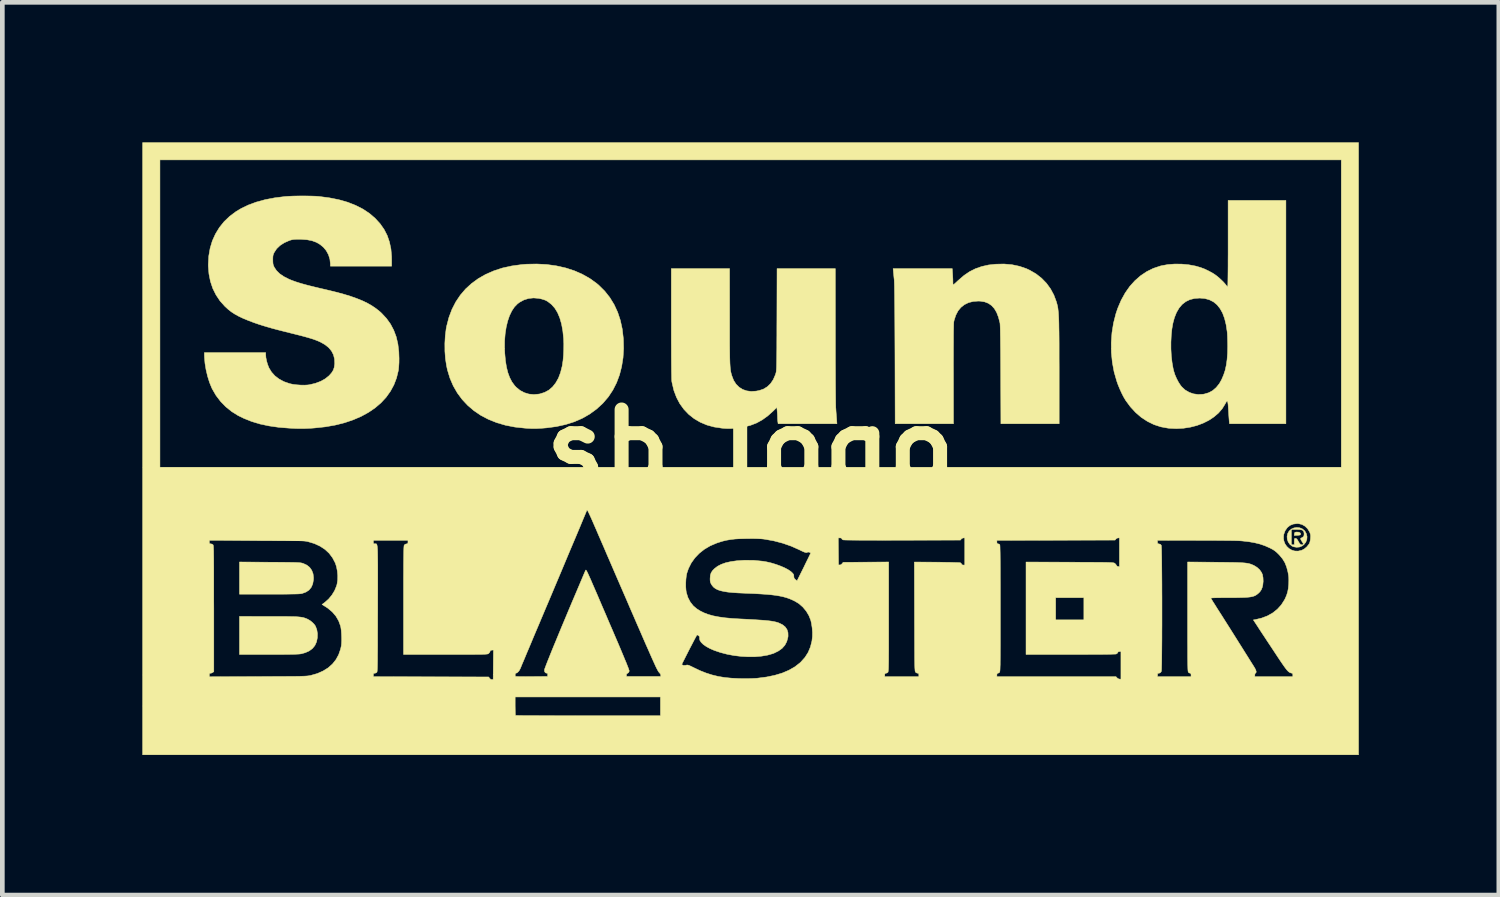
<source format=kicad_pcb>
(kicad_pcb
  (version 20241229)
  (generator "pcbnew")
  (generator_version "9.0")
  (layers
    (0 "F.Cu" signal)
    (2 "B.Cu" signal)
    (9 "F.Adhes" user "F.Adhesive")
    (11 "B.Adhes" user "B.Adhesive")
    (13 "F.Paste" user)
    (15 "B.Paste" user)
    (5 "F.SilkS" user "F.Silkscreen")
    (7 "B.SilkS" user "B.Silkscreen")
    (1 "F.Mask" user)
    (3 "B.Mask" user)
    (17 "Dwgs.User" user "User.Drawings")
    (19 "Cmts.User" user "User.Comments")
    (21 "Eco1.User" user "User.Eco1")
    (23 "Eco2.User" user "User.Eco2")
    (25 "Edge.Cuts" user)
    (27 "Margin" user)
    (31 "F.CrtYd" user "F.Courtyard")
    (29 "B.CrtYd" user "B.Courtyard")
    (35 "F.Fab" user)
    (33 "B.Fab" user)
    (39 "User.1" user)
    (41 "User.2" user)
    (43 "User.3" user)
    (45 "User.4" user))
  (footprint "sb_logo"
    (layer "F.Cu")
    (at 13.023 6.556)
    (property "Reference" "sb_logo" (at 0 0 0) (layer "F.SilkS") (effects (font (size 1.524 1.524) (thickness 0.3))))
    (attr through_hole)
    (fp_poly (pts (xy 11.738 1.792) (xy 11.77 1.802) (xy 11.786 1.82) (xy 11.788 1.834) (xy 11.784 1.847) (xy 11.773 1.854) (xy 11.751 1.858) (xy 11.718 1.861) (xy 11.651 1.864) (xy 11.654 1.829) (xy 11.659 1.805) (xy 11.671 1.795) (xy 11.695 1.791) (xy 11.738 1.792)) (stroke (width 0.01) (type solid)) (fill yes) (layer "F.SilkS"))
    (fp_poly (pts (xy -10.295 2.437) (xy -10.162 2.437) (xy -10.048 2.438) (xy -9.952 2.439) (xy -9.871 2.44) (xy -9.805 2.441) (xy -9.752 2.442) (xy -9.709 2.444) (xy -9.675 2.446) (xy -9.649 2.448) (xy -9.628 2.451) (xy -9.61 2.454) (xy -9.595 2.458) (xy -9.58 2.463) (xy -9.574 2.465) (xy -9.499 2.5) (xy -9.439 2.549) (xy -9.395 2.611) (xy -9.367 2.685) (xy -9.357 2.77) (xy -9.359 2.815) (xy -9.374 2.901) (xy -9.405 2.973) (xy -9.452 3.031) (xy -9.515 3.074) (xy -9.594 3.104) (xy -9.618 3.11) (xy -9.643 3.113) (xy -9.686 3.116) (xy -9.75 3.118) (xy -9.833 3.119) (xy -9.936 3.121) (xy -10.06 3.122) (xy -10.204 3.122) (xy -10.309 3.122) (xy -10.943 3.122) (xy -10.943 2.432) (xy -10.295 2.437)) (stroke (width 0.01) (type solid)) (fill yes) (layer "F.SilkS"))
    (fp_poly (pts (xy -10.316 3.599) (xy -10.176 3.599) (xy -10.056 3.599) (xy -9.953 3.599) (xy -9.866 3.601) (xy -9.792 3.602) (xy -9.732 3.604) (xy -9.681 3.608) (xy -9.64 3.612) (xy -9.605 3.617) (xy -9.575 3.623) (xy -9.549 3.631) (xy -9.524 3.64) (xy -9.499 3.65) (xy -9.484 3.657) (xy -9.433 3.686) (xy -9.383 3.726) (xy -9.341 3.769) (xy -9.316 3.805) (xy -9.287 3.88) (xy -9.273 3.965) (xy -9.275 4.054) (xy -9.292 4.141) (xy -9.293 4.144) (xy -9.327 4.219) (xy -9.378 4.283) (xy -9.447 4.335) (xy -9.532 4.374) (xy -9.617 4.398) (xy -9.637 4.401) (xy -9.663 4.404) (xy -9.696 4.406) (xy -9.74 4.408) (xy -9.794 4.41) (xy -9.861 4.411) (xy -9.942 4.412) (xy -10.04 4.413) (xy -10.155 4.413) (xy -10.289 4.413) (xy -10.316 4.413) (xy -10.943 4.413) (xy -10.943 3.598) (xy -10.316 3.599)) (stroke (width 0.01) (type solid)) (fill yes) (layer "F.SilkS"))
    (fp_poly (pts (xy 11.765 1.699) (xy 11.821 1.721) (xy 11.868 1.758) (xy 11.879 1.77) (xy 11.911 1.828) (xy 11.925 1.89) (xy 11.92 1.952) (xy 11.897 2.01) (xy 11.858 2.059) (xy 11.817 2.09) (xy 11.762 2.112) (xy 11.7 2.117) (xy 11.64 2.107) (xy 11.605 2.093) (xy 11.556 2.054) (xy 11.521 2.003) (xy 11.501 1.945) (xy 11.497 1.885) (xy 11.509 1.825) (xy 11.539 1.772) (xy 11.543 1.767) (xy 11.579 1.736) (xy 11.589 1.736) (xy 11.589 2.064) (xy 11.652 2.064) (xy 11.652 1.995) (xy 11.653 1.958) (xy 11.655 1.937) (xy 11.662 1.928) (xy 11.674 1.926) (xy 11.678 1.926) (xy 11.694 1.93) (xy 11.709 1.943) (xy 11.727 1.97) (xy 11.739 1.992) (xy 11.765 2.035) (xy 11.789 2.058) (xy 11.815 2.065) (xy 11.839 2.06) (xy 11.846 2.053) (xy 11.843 2.038) (xy 11.829 2.014) (xy 11.804 1.974) (xy 11.79 1.948) (xy 11.786 1.933) (xy 11.792 1.923) (xy 11.807 1.915) (xy 11.816 1.911) (xy 11.847 1.89) (xy 11.861 1.859) (xy 11.861 1.814) (xy 11.859 1.805) (xy 11.851 1.777) (xy 11.836 1.757) (xy 11.811 1.745) (xy 11.773 1.738) (xy 11.718 1.736) (xy 11.698 1.736) (xy 11.589 1.736) (xy 11.579 1.736) (xy 11.589 1.727) (xy 11.645 1.702) (xy 11.705 1.693) (xy 11.765 1.699)) (stroke (width 0.01) (type solid)) (fill yes) (layer "F.SilkS"))
    (fp_poly (pts (xy 5.604 -3.936) (xy 5.765 -3.902) (xy 5.916 -3.85) (xy 5.984 -3.818) (xy 6.119 -3.74) (xy 6.238 -3.647) (xy 6.342 -3.54) (xy 6.43 -3.419) (xy 6.502 -3.285) (xy 6.556 -3.14) (xy 6.571 -3.085) (xy 6.578 -3.057) (xy 6.584 -3.028) (xy 6.589 -2.996) (xy 6.593 -2.959) (xy 6.598 -2.918) (xy 6.601 -2.87) (xy 6.604 -2.814) (xy 6.607 -2.75) (xy 6.609 -2.675) (xy 6.61 -2.588) (xy 6.612 -2.488) (xy 6.613 -2.375) (xy 6.614 -2.246) (xy 6.614 -2.101) (xy 6.614 -1.937) (xy 6.615 -1.755) (xy 6.615 -1.628) (xy 6.615 -0.529) (xy 5.367 -0.529) (xy 5.363 -1.58) (xy 5.362 -1.775) (xy 5.361 -1.95) (xy 5.36 -2.105) (xy 5.358 -2.241) (xy 5.357 -2.358) (xy 5.355 -2.456) (xy 5.354 -2.537) (xy 5.352 -2.6) (xy 5.35 -2.647) (xy 5.348 -2.678) (xy 5.346 -2.691) (xy 5.315 -2.811) (xy 5.276 -2.912) (xy 5.227 -2.996) (xy 5.168 -3.061) (xy 5.099 -3.109) (xy 5.019 -3.14) (xy 4.926 -3.155) (xy 4.886 -3.157) (xy 4.774 -3.149) (xy 4.674 -3.124) (xy 4.586 -3.081) (xy 4.511 -3.022) (xy 4.449 -2.947) (xy 4.401 -2.855) (xy 4.366 -2.748) (xy 4.359 -2.716) (xy 4.357 -2.695) (xy 4.355 -2.653) (xy 4.354 -2.591) (xy 4.352 -2.509) (xy 4.351 -2.407) (xy 4.351 -2.285) (xy 4.35 -2.145) (xy 4.35 -1.986) (xy 4.349 -1.808) (xy 4.35 -1.613) (xy 4.35 -1.595) (xy 4.351 -0.529) (xy 3.102 -0.529) (xy 3.098 -2.008) (xy 3.097 -2.241) (xy 3.096 -2.457) (xy 3.095 -2.656) (xy 3.094 -2.837) (xy 3.093 -3.001) (xy 3.091 -3.147) (xy 3.09 -3.273) (xy 3.088 -3.381) (xy 3.087 -3.469) (xy 3.085 -3.537) (xy 3.083 -3.585) (xy 3.082 -3.609) (xy 3.076 -3.665) (xy 3.071 -3.72) (xy 3.066 -3.767) (xy 3.064 -3.791) (xy 3.058 -3.852) (xy 3.691 -3.852) (xy 4.325 -3.852) (xy 4.332 -3.74) (xy 4.335 -3.685) (xy 4.338 -3.63) (xy 4.339 -3.584) (xy 4.339 -3.565) (xy 4.34 -3.532) (xy 4.343 -3.509) (xy 4.346 -3.503) (xy 4.355 -3.51) (xy 4.377 -3.529) (xy 4.408 -3.557) (xy 4.446 -3.593) (xy 4.461 -3.606) (xy 4.577 -3.706) (xy 4.696 -3.787) (xy 4.821 -3.85) (xy 4.955 -3.897) (xy 5.1 -3.93) (xy 5.255 -3.947) (xy 5.434 -3.951) (xy 5.604 -3.936)) (stroke (width 0.01) (type solid)) (fill yes) (layer "F.SilkS"))
    (fp_poly (pts (xy 1.196 -3.852) (xy 1.82 -3.852) (xy 1.821 -2.426) (xy 1.821 -2.251) (xy 1.821 -2.081) (xy 1.821 -1.916) (xy 1.822 -1.757) (xy 1.823 -1.607) (xy 1.823 -1.467) (xy 1.824 -1.337) (xy 1.825 -1.22) (xy 1.826 -1.117) (xy 1.827 -1.029) (xy 1.828 -0.957) (xy 1.829 -0.904) (xy 1.83 -0.87) (xy 1.831 -0.863) (xy 1.835 -0.799) (xy 1.84 -0.732) (xy 1.845 -0.669) (xy 1.848 -0.627) (xy 1.855 -0.529) (xy 0.595 -0.529) (xy 0.589 -0.569) (xy 0.585 -0.604) (xy 0.582 -0.647) (xy 0.582 -0.663) (xy 0.581 -0.701) (xy 0.579 -0.75) (xy 0.575 -0.798) (xy 0.568 -0.88) (xy 0.488 -0.801) (xy 0.372 -0.697) (xy 0.254 -0.612) (xy 0.132 -0.545) (xy 0.002 -0.495) (xy -0.138 -0.459) (xy -0.293 -0.436) (xy -0.318 -0.434) (xy -0.383 -0.429) (xy -0.434 -0.426) (xy -0.48 -0.426) (xy -0.527 -0.428) (xy -0.583 -0.432) (xy -0.614 -0.435) (xy -0.779 -0.46) (xy -0.934 -0.503) (xy -1.076 -0.563) (xy -1.205 -0.639) (xy -1.321 -0.731) (xy -1.423 -0.838) (xy -1.511 -0.959) (xy -1.582 -1.094) (xy -1.638 -1.242) (xy -1.676 -1.402) (xy -1.683 -1.439) (xy -1.684 -1.461) (xy -1.686 -1.504) (xy -1.687 -1.566) (xy -1.689 -1.647) (xy -1.69 -1.747) (xy -1.691 -1.863) (xy -1.692 -1.997) (xy -1.692 -2.146) (xy -1.693 -2.31) (xy -1.693 -2.489) (xy -1.693 -2.68) (xy -1.693 -3.852) (xy -0.445 -3.852) (xy -0.444 -2.828) (xy -0.444 -2.65) (xy -0.444 -2.492) (xy -0.444 -2.353) (xy -0.444 -2.23) (xy -0.443 -2.123) (xy -0.442 -2.03) (xy -0.441 -1.95) (xy -0.439 -1.882) (xy -0.437 -1.824) (xy -0.434 -1.775) (xy -0.431 -1.733) (xy -0.427 -1.697) (xy -0.423 -1.666) (xy -0.418 -1.638) (xy -0.412 -1.612) (xy -0.405 -1.586) (xy -0.397 -1.56) (xy -0.396 -1.556) (xy -0.358 -1.458) (xy -0.306 -1.377) (xy -0.241 -1.312) (xy -0.165 -1.264) (xy -0.079 -1.234) (xy 0.017 -1.221) (xy 0.123 -1.228) (xy 0.191 -1.241) (xy 0.284 -1.273) (xy 0.365 -1.323) (xy 0.434 -1.39) (xy 0.491 -1.475) (xy 0.535 -1.576) (xy 0.547 -1.614) (xy 0.55 -1.625) (xy 0.553 -1.639) (xy 0.555 -1.656) (xy 0.557 -1.677) (xy 0.559 -1.705) (xy 0.561 -1.739) (xy 0.562 -1.782) (xy 0.563 -1.835) (xy 0.564 -1.898) (xy 0.565 -1.974) (xy 0.566 -2.063) (xy 0.567 -2.167) (xy 0.567 -2.287) (xy 0.568 -2.425) (xy 0.568 -2.581) (xy 0.569 -2.756) (xy 0.569 -2.765) (xy 0.572 -3.852) (xy 1.196 -3.852)) (stroke (width 0.01) (type solid)) (fill yes) (layer "F.SilkS"))
    (fp_poly (pts (xy -4.359 -3.94) (xy -4.153 -3.911) (xy -3.957 -3.867) (xy -3.772 -3.807) (xy -3.599 -3.731) (xy -3.439 -3.641) (xy -3.292 -3.535) (xy -3.245 -3.495) (xy -3.119 -3.37) (xy -3.01 -3.232) (xy -2.918 -3.082) (xy -2.843 -2.92) (xy -2.785 -2.745) (xy -2.744 -2.558) (xy -2.721 -2.358) (xy -2.72 -2.347) (xy -2.715 -2.141) (xy -2.727 -1.943) (xy -2.757 -1.754) (xy -2.803 -1.575) (xy -2.866 -1.407) (xy -2.946 -1.25) (xy -3.041 -1.106) (xy -3.153 -0.975) (xy -3.164 -0.963) (xy -3.298 -0.841) (xy -3.444 -0.735) (xy -3.602 -0.645) (xy -3.772 -0.571) (xy -3.956 -0.513) (xy -4.154 -0.469) (xy -4.366 -0.441) (xy -4.45 -0.434) (xy -4.519 -0.43) (xy -4.574 -0.427) (xy -4.62 -0.426) (xy -4.665 -0.426) (xy -4.714 -0.428) (xy -4.774 -0.431) (xy -4.831 -0.435) (xy -5.043 -0.458) (xy -5.244 -0.497) (xy -5.432 -0.552) (xy -5.608 -0.622) (xy -5.771 -0.707) (xy -5.919 -0.807) (xy -6.053 -0.921) (xy -6.172 -1.048) (xy -6.276 -1.188) (xy -6.364 -1.341) (xy -6.435 -1.506) (xy -6.489 -1.683) (xy -6.508 -1.773) (xy -6.531 -1.923) (xy -6.543 -2.084) (xy -6.543 -2.145) (xy -5.265 -2.145) (xy -5.26 -2.036) (xy -5.246 -1.88) (xy -5.224 -1.743) (xy -5.194 -1.623) (xy -5.155 -1.518) (xy -5.108 -1.427) (xy -5.051 -1.349) (xy -5.017 -1.312) (xy -4.934 -1.244) (xy -4.842 -1.195) (xy -4.743 -1.165) (xy -4.637 -1.155) (xy -4.527 -1.165) (xy -4.507 -1.169) (xy -4.406 -1.201) (xy -4.316 -1.25) (xy -4.237 -1.318) (xy -4.169 -1.404) (xy -4.111 -1.506) (xy -4.066 -1.626) (xy -4.031 -1.763) (xy -4.027 -1.786) (xy -4.012 -1.888) (xy -4.002 -2.002) (xy -3.997 -2.123) (xy -3.996 -2.242) (xy -4 -2.349) (xy -4.017 -2.516) (xy -4.044 -2.665) (xy -4.082 -2.796) (xy -4.13 -2.91) (xy -4.189 -3.006) (xy -4.258 -3.084) (xy -4.339 -3.147) (xy -4.381 -3.171) (xy -4.42 -3.186) (xy -4.47 -3.201) (xy -4.524 -3.213) (xy -4.533 -3.215) (xy -4.644 -3.224) (xy -4.75 -3.213) (xy -4.85 -3.182) (xy -4.942 -3.132) (xy -4.988 -3.098) (xy -5.053 -3.031) (xy -5.11 -2.946) (xy -5.159 -2.844) (xy -5.199 -2.727) (xy -5.23 -2.598) (xy -5.252 -2.456) (xy -5.264 -2.305) (xy -5.265 -2.145) (xy -6.543 -2.145) (xy -6.544 -2.249) (xy -6.535 -2.411) (xy -6.516 -2.564) (xy -6.504 -2.625) (xy -6.456 -2.809) (xy -6.391 -2.981) (xy -6.31 -3.139) (xy -6.212 -3.285) (xy -6.099 -3.417) (xy -5.97 -3.535) (xy -5.827 -3.639) (xy -5.669 -3.729) (xy -5.497 -3.804) (xy -5.312 -3.865) (xy -5.113 -3.909) (xy -4.902 -3.938) (xy -4.794 -3.947) (xy -4.573 -3.951) (xy -4.359 -3.94)) (stroke (width 0.01) (type solid)) (fill yes) (layer "F.SilkS"))
    (fp_poly (pts (xy 11.472 -0.529) (xy 10.266 -0.529) (xy 10.261 -0.553) (xy 10.259 -0.57) (xy 10.256 -0.606) (xy 10.252 -0.655) (xy 10.248 -0.714) (xy 10.244 -0.78) (xy 10.243 -0.796) (xy 10.238 -0.877) (xy 10.234 -0.938) (xy 10.228 -0.98) (xy 10.222 -1.005) (xy 10.214 -1.014) (xy 10.204 -1.009) (xy 10.191 -0.99) (xy 10.174 -0.96) (xy 10.171 -0.954) (xy 10.108 -0.852) (xy 10.028 -0.759) (xy 9.931 -0.676) (xy 9.821 -0.603) (xy 9.699 -0.542) (xy 9.566 -0.492) (xy 9.426 -0.456) (xy 9.279 -0.433) (xy 9.128 -0.425) (xy 8.974 -0.432) (xy 8.946 -0.435) (xy 8.793 -0.463) (xy 8.646 -0.511) (xy 8.507 -0.579) (xy 8.375 -0.665) (xy 8.253 -0.77) (xy 8.14 -0.893) (xy 8.037 -1.033) (xy 8.031 -1.044) (xy 7.993 -1.108) (xy 7.953 -1.187) (xy 7.913 -1.275) (xy 7.876 -1.365) (xy 7.849 -1.441) (xy 7.792 -1.639) (xy 7.754 -1.844) (xy 7.733 -2.055) (xy 7.731 -2.267) (xy 7.732 -2.279) (xy 9.009 -2.279) (xy 9.009 -2.132) (xy 9.017 -1.986) (xy 9.033 -1.845) (xy 9.056 -1.714) (xy 9.07 -1.656) (xy 9.095 -1.578) (xy 9.13 -1.497) (xy 9.171 -1.419) (xy 9.215 -1.352) (xy 9.24 -1.32) (xy 9.313 -1.253) (xy 9.397 -1.203) (xy 9.491 -1.17) (xy 9.591 -1.156) (xy 9.696 -1.161) (xy 9.721 -1.165) (xy 9.817 -1.193) (xy 9.903 -1.239) (xy 9.979 -1.305) (xy 10.046 -1.388) (xy 10.095 -1.475) (xy 10.137 -1.573) (xy 10.171 -1.675) (xy 10.195 -1.786) (xy 10.212 -1.907) (xy 10.222 -2.043) (xy 10.225 -2.191) (xy 10.224 -2.263) (xy 10.222 -2.336) (xy 10.22 -2.405) (xy 10.217 -2.462) (xy 10.214 -2.498) (xy 10.191 -2.651) (xy 10.158 -2.785) (xy 10.115 -2.901) (xy 10.06 -2.999) (xy 9.995 -3.079) (xy 9.919 -3.141) (xy 9.832 -3.185) (xy 9.734 -3.212) (xy 9.626 -3.221) (xy 9.514 -3.213) (xy 9.415 -3.188) (xy 9.327 -3.146) (xy 9.25 -3.086) (xy 9.184 -3.008) (xy 9.128 -2.912) (xy 9.082 -2.797) (xy 9.082 -2.795) (xy 9.052 -2.685) (xy 9.03 -2.56) (xy 9.016 -2.423) (xy 9.009 -2.279) (xy 7.732 -2.279) (xy 7.746 -2.478) (xy 7.779 -2.685) (xy 7.83 -2.885) (xy 7.87 -3.004) (xy 7.943 -3.175) (xy 8.029 -3.331) (xy 8.127 -3.471) (xy 8.237 -3.593) (xy 8.358 -3.699) (xy 8.489 -3.787) (xy 8.63 -3.857) (xy 8.782 -3.908) (xy 8.807 -3.914) (xy 8.942 -3.939) (xy 9.087 -3.95) (xy 9.238 -3.949) (xy 9.388 -3.935) (xy 9.532 -3.908) (xy 9.641 -3.877) (xy 9.727 -3.845) (xy 9.817 -3.802) (xy 9.902 -3.756) (xy 9.943 -3.73) (xy 9.987 -3.698) (xy 10.037 -3.657) (xy 10.087 -3.611) (xy 10.133 -3.566) (xy 10.17 -3.525) (xy 10.186 -3.504) (xy 10.205 -3.48) (xy 10.22 -3.468) (xy 10.225 -3.467) (xy 10.226 -3.478) (xy 10.228 -3.509) (xy 10.229 -3.558) (xy 10.23 -3.624) (xy 10.231 -3.706) (xy 10.232 -3.801) (xy 10.233 -3.909) (xy 10.233 -4.028) (xy 10.234 -4.156) (xy 10.234 -4.293) (xy 10.234 -4.393) (xy 10.234 -5.313) (xy 11.472 -5.313) (xy 11.472 -0.529)) (stroke (width 0.01) (type solid)) (fill yes) (layer "F.SilkS"))
    (fp_poly (pts (xy -9.49 -5.408) (xy -9.394 -5.406) (xy -9.31 -5.403) (xy -9.242 -5.398) (xy -9.02 -5.369) (xy -8.814 -5.328) (xy -8.625 -5.274) (xy -8.453 -5.206) (xy -8.296 -5.126) (xy -8.157 -5.033) (xy -8.035 -4.928) (xy -7.931 -4.814) (xy -7.846 -4.693) (xy -7.779 -4.563) (xy -7.731 -4.424) (xy -7.699 -4.274) (xy -7.685 -4.113) (xy -7.684 -4.047) (xy -7.684 -3.905) (xy -8.996 -3.905) (xy -8.996 -3.956) (xy -9.007 -4.055) (xy -9.037 -4.15) (xy -9.085 -4.238) (xy -9.143 -4.308) (xy -9.216 -4.369) (xy -9.297 -4.416) (xy -9.39 -4.45) (xy -9.497 -4.471) (xy -9.619 -4.48) (xy -9.647 -4.481) (xy -9.708 -4.481) (xy -9.753 -4.479) (xy -9.789 -4.476) (xy -9.819 -4.471) (xy -9.851 -4.462) (xy -9.88 -4.452) (xy -9.985 -4.406) (xy -10.074 -4.348) (xy -10.146 -4.279) (xy -10.199 -4.199) (xy -10.213 -4.17) (xy -10.222 -4.143) (xy -10.227 -4.113) (xy -10.229 -4.071) (xy -10.229 -4.043) (xy -10.228 -3.993) (xy -10.225 -3.957) (xy -10.219 -3.929) (xy -10.207 -3.9) (xy -10.198 -3.881) (xy -10.15 -3.809) (xy -10.082 -3.742) (xy -9.994 -3.682) (xy -9.886 -3.627) (xy -9.836 -3.606) (xy -9.782 -3.586) (xy -9.726 -3.566) (xy -9.666 -3.547) (xy -9.599 -3.527) (xy -9.523 -3.506) (xy -9.435 -3.483) (xy -9.334 -3.458) (xy -9.216 -3.43) (xy -9.081 -3.399) (xy -9.074 -3.397) (xy -8.885 -3.351) (xy -8.716 -3.306) (xy -8.565 -3.26) (xy -8.43 -3.212) (xy -8.309 -3.163) (xy -8.201 -3.111) (xy -8.104 -3.055) (xy -8.016 -2.995) (xy -7.936 -2.931) (xy -7.897 -2.895) (xy -7.794 -2.784) (xy -7.708 -2.664) (xy -7.639 -2.533) (xy -7.586 -2.392) (xy -7.55 -2.238) (xy -7.53 -2.071) (xy -7.525 -1.927) (xy -7.526 -1.838) (xy -7.531 -1.758) (xy -7.537 -1.69) (xy -7.541 -1.666) (xy -7.579 -1.51) (xy -7.635 -1.363) (xy -7.71 -1.225) (xy -7.802 -1.096) (xy -7.911 -0.978) (xy -8.037 -0.87) (xy -8.179 -0.773) (xy -8.336 -0.687) (xy -8.508 -0.613) (xy -8.694 -0.55) (xy -8.894 -0.5) (xy -9.106 -0.463) (xy -9.331 -0.439) (xy -9.393 -0.434) (xy -9.475 -0.43) (xy -9.545 -0.427) (xy -9.609 -0.426) (xy -9.673 -0.426) (xy -9.742 -0.428) (xy -9.824 -0.432) (xy -9.88 -0.435) (xy -10.104 -0.453) (xy -10.312 -0.483) (xy -10.505 -0.524) (xy -10.684 -0.578) (xy -10.851 -0.645) (xy -10.975 -0.706) (xy -11.111 -0.791) (xy -11.236 -0.892) (xy -11.348 -1.007) (xy -11.445 -1.134) (xy -11.524 -1.27) (xy -11.537 -1.296) (xy -11.585 -1.414) (xy -11.626 -1.545) (xy -11.659 -1.684) (xy -11.682 -1.823) (xy -11.693 -1.955) (xy -11.695 -2.007) (xy -11.695 -2.053) (xy -10.382 -2.053) (xy -10.382 -2.012) (xy -10.377 -1.947) (xy -10.362 -1.872) (xy -10.34 -1.797) (xy -10.313 -1.729) (xy -10.312 -1.727) (xy -10.257 -1.636) (xy -10.184 -1.555) (xy -10.095 -1.487) (xy -9.991 -1.431) (xy -9.873 -1.39) (xy -9.858 -1.386) (xy -9.792 -1.372) (xy -9.714 -1.363) (xy -9.631 -1.357) (xy -9.55 -1.356) (xy -9.479 -1.36) (xy -9.444 -1.365) (xy -9.317 -1.395) (xy -9.203 -1.438) (xy -9.105 -1.493) (xy -9.023 -1.559) (xy -9.022 -1.561) (xy -8.97 -1.619) (xy -8.935 -1.675) (xy -8.914 -1.735) (xy -8.904 -1.806) (xy -8.903 -1.817) (xy -8.907 -1.916) (xy -8.93 -2.007) (xy -8.972 -2.088) (xy -9.033 -2.161) (xy -9.114 -2.225) (xy -9.202 -2.275) (xy -9.247 -2.296) (xy -9.294 -2.315) (xy -9.346 -2.335) (xy -9.405 -2.354) (xy -9.473 -2.374) (xy -9.554 -2.397) (xy -9.649 -2.422) (xy -9.761 -2.45) (xy -9.829 -2.467) (xy -9.985 -2.506) (xy -10.122 -2.541) (xy -10.243 -2.573) (xy -10.351 -2.604) (xy -10.447 -2.633) (xy -10.535 -2.661) (xy -10.616 -2.689) (xy -10.628 -2.693) (xy -10.755 -2.741) (xy -10.864 -2.786) (xy -10.959 -2.831) (xy -11.041 -2.876) (xy -11.115 -2.924) (xy -11.182 -2.976) (xy -11.245 -3.034) (xy -11.255 -3.043) (xy -11.36 -3.16) (xy -11.446 -3.289) (xy -11.515 -3.428) (xy -11.565 -3.577) (xy -11.597 -3.737) (xy -11.611 -3.906) (xy -11.611 -3.946) (xy -11.601 -4.122) (xy -11.572 -4.289) (xy -11.525 -4.446) (xy -11.458 -4.594) (xy -11.374 -4.732) (xy -11.273 -4.858) (xy -11.154 -4.972) (xy -11.018 -5.074) (xy -10.906 -5.141) (xy -10.752 -5.215) (xy -10.581 -5.278) (xy -10.394 -5.329) (xy -10.192 -5.368) (xy -9.978 -5.395) (xy -9.954 -5.397) (xy -9.88 -5.402) (xy -9.791 -5.406) (xy -9.694 -5.408) (xy -9.591 -5.409) (xy -9.49 -5.408)) (stroke (width 0.01) (type solid)) (fill yes) (layer "F.SilkS"))
    (fp_poly (pts (xy 13.028 6.562) (xy -13.018 6.562) (xy -13.018 5.323) (xy -5.038 5.323) (xy -5.038 5.517) (xy -5.037 5.579) (xy -5.036 5.634) (xy -5.035 5.678) (xy -5.033 5.707) (xy -5.031 5.719) (xy -5.019 5.719) (xy -4.988 5.72) (xy -4.938 5.721) (xy -4.871 5.722) (xy -4.786 5.722) (xy -4.687 5.723) (xy -4.574 5.723) (xy -4.447 5.724) (xy -4.309 5.724) (xy -4.16 5.725) (xy -4.002 5.725) (xy -3.836 5.725) (xy -3.663 5.726) (xy -3.484 5.726) (xy -1.926 5.726) (xy -1.926 5.323) (xy -5.038 5.323) (xy -13.018 5.323) (xy -13.018 2.005) (xy -11.589 2.005) (xy -11.587 2.03) (xy -11.578 2.041) (xy -11.56 2.043) (xy -11.531 2.049) (xy -11.513 2.06) (xy -11.51 2.063) (xy -11.508 2.068) (xy -11.505 2.076) (xy -11.503 2.088) (xy -11.501 2.105) (xy -11.5 2.128) (xy -11.499 2.158) (xy -11.497 2.196) (xy -11.497 2.244) (xy -11.496 2.303) (xy -11.495 2.373) (xy -11.495 2.456) (xy -11.494 2.552) (xy -11.494 2.664) (xy -11.494 2.791) (xy -11.494 2.936) (xy -11.494 3.098) (xy -11.494 3.28) (xy -11.493 3.43) (xy -11.493 4.782) (xy -11.517 4.799) (xy -11.544 4.812) (xy -11.565 4.815) (xy -11.581 4.819) (xy -11.588 4.832) (xy -11.589 4.853) (xy -11.589 4.891) (xy -10.549 4.887) (xy -10.377 4.886) (xy -10.225 4.885) (xy -10.092 4.885) (xy -9.975 4.884) (xy -9.875 4.883) (xy -9.789 4.883) (xy -9.716 4.882) (xy -9.654 4.881) (xy -9.603 4.879) (xy -9.561 4.878) (xy -9.527 4.876) (xy -9.499 4.874) (xy -9.476 4.872) (xy -9.456 4.869) (xy -9.439 4.866) (xy -9.423 4.863) (xy -9.414 4.861) (xy -9.274 4.821) (xy -9.151 4.766) (xy -9.043 4.699) (xy -8.952 4.618) (xy -8.877 4.524) (xy -8.819 4.418) (xy -8.778 4.299) (xy -8.762 4.228) (xy -8.757 4.178) (xy -8.754 4.114) (xy -8.755 4.042) (xy -8.758 3.968) (xy -8.763 3.899) (xy -8.771 3.84) (xy -8.778 3.805) (xy -8.819 3.693) (xy -8.878 3.592) (xy -8.955 3.502) (xy -9.05 3.422) (xy -9.094 3.393) (xy -9.175 3.342) (xy -9.114 3.297) (xy -9.034 3.226) (xy -8.963 3.14) (xy -8.905 3.045) (xy -8.864 2.945) (xy -8.853 2.905) (xy -8.84 2.82) (xy -8.838 2.725) (xy -8.847 2.627) (xy -8.865 2.533) (xy -8.891 2.454) (xy -8.949 2.343) (xy -9.022 2.246) (xy -9.111 2.163) (xy -9.216 2.094) (xy -9.337 2.038) (xy -9.47 1.998) (xy -9.486 1.994) (xy -9.502 1.991) (xy -9.519 1.988) (xy -9.538 1.985) (xy -9.562 1.983) (xy -9.591 1.981) (xy -9.627 1.979) (xy -9.671 1.978) (xy -9.724 1.977) (xy -9.788 1.976) (xy -9.865 1.975) (xy -9.955 1.974) (xy -10.06 1.974) (xy -10.181 1.973) (xy -10.32 1.972) (xy -10.478 1.972) (xy -10.575 1.971) (xy -11.346 1.968) (xy -8.075 1.968) (xy -8.075 2.006) (xy -8.073 2.03) (xy -8.064 2.041) (xy -8.044 2.043) (xy -8.034 2.042) (xy -8.026 2.042) (xy -8.019 2.042) (xy -8.012 2.044) (xy -8.006 2.05) (xy -8.001 2.059) (xy -7.997 2.074) (xy -7.993 2.094) (xy -7.99 2.123) (xy -7.987 2.159) (xy -7.985 2.205) (xy -7.984 2.261) (xy -7.983 2.329) (xy -7.982 2.409) (xy -7.981 2.503) (xy -7.981 2.611) (xy -7.981 2.736) (xy -7.981 2.877) (xy -7.981 3.036) (xy -7.982 3.214) (xy -7.982 3.412) (xy -7.982 3.439) (xy -7.983 3.635) (xy -7.983 3.812) (xy -7.984 3.969) (xy -7.984 4.108) (xy -7.984 4.231) (xy -7.985 4.338) (xy -7.986 4.431) (xy -7.986 4.51) (xy -7.987 4.576) (xy -7.988 4.631) (xy -7.989 4.676) (xy -7.99 4.712) (xy -7.992 4.74) (xy -7.993 4.761) (xy -7.995 4.776) (xy -7.997 4.787) (xy -8 4.793) (xy -8.002 4.797) (xy -8.005 4.8) (xy -8.006 4.8) (xy -8.033 4.813) (xy -8.051 4.815) (xy -8.067 4.819) (xy -8.074 4.832) (xy -8.075 4.852) (xy -8.075 4.889) (xy -6.841 4.892) (xy -5.606 4.895) (xy -5.584 4.924) (xy -5.561 4.947) (xy -5.535 4.951) (xy -5.509 4.948) (xy -5.508 4.845) (xy -5.038 4.845) (xy -5.037 4.868) (xy -5.03 4.883) (xy -5.019 4.884) (xy -4.988 4.886) (xy -4.941 4.887) (xy -4.881 4.887) (xy -4.81 4.888) (xy -4.731 4.887) (xy -4.684 4.887) (xy -4.344 4.884) (xy -4.341 4.85) (xy -4.341 4.826) (xy -4.349 4.816) (xy -4.359 4.815) (xy -4.389 4.806) (xy -4.407 4.782) (xy -4.411 4.746) (xy -4.41 4.742) (xy -4.405 4.722) (xy -4.391 4.684) (xy -4.37 4.628) (xy -4.342 4.556) (xy -4.306 4.467) (xy -4.265 4.364) (xy -4.217 4.246) (xy -4.163 4.116) (xy -4.104 3.973) (xy -4.04 3.818) (xy -3.971 3.654) (xy -3.898 3.479) (xy -3.821 3.296) (xy -3.74 3.106) (xy -3.656 2.908) (xy -3.57 2.704) (xy -3.53 2.611) (xy -3.527 2.606) (xy -3.523 2.604) (xy -3.518 2.608) (xy -3.511 2.617) (xy -3.501 2.635) (xy -3.487 2.662) (xy -3.47 2.699) (xy -3.448 2.748) (xy -3.42 2.81) (xy -3.387 2.887) (xy -3.347 2.979) (xy -3.299 3.089) (xy -3.268 3.161) (xy -3.178 3.372) (xy -3.095 3.564) (xy -3.021 3.738) (xy -2.953 3.895) (xy -2.893 4.036) (xy -2.839 4.161) (xy -2.792 4.272) (xy -2.751 4.37) (xy -2.716 4.454) (xy -2.686 4.527) (xy -2.66 4.588) (xy -2.64 4.639) (xy -2.624 4.68) (xy -2.611 4.713) (xy -2.603 4.738) (xy -2.597 4.755) (xy -2.595 4.766) (xy -2.595 4.771) (xy -2.608 4.8) (xy -2.628 4.814) (xy -2.649 4.829) (xy -2.655 4.849) (xy -2.654 4.856) (xy -2.651 4.884) (xy -1.921 4.884) (xy -1.918 4.861) (xy -1.924 4.835) (xy -1.95 4.802) (xy -1.955 4.798) (xy -1.962 4.789) (xy -1.971 4.776) (xy -1.981 4.759) (xy -1.994 4.735) (xy -2.01 4.704) (xy -2.029 4.665) (xy -2.045 4.629) (xy -1.47 4.629) (xy -1.435 4.647) (xy -1.393 4.646) (xy -1.38 4.644) (xy -1.362 4.639) (xy -1.345 4.639) (xy -1.326 4.643) (xy -1.3 4.653) (xy -1.264 4.67) (xy -1.213 4.695) (xy -1.211 4.696) (xy -1.079 4.759) (xy -0.95 4.81) (xy -0.822 4.851) (xy -0.691 4.883) (xy -0.553 4.906) (xy -0.403 4.921) (xy -0.24 4.929) (xy -0.143 4.93) (xy -0.072 4.93) (xy 0.003 4.929) (xy 0.073 4.926) (xy 0.133 4.923) (xy 0.153 4.921) (xy 0.347 4.896) (xy 0.524 4.859) (xy 0.684 4.811) (xy 0.827 4.75) (xy 0.953 4.678) (xy 1.062 4.593) (xy 1.083 4.573) (xy 1.17 4.476) (xy 1.238 4.369) (xy 1.287 4.252) (xy 1.319 4.125) (xy 1.33 4.027) (xy 1.331 3.94) (xy 1.324 3.845) (xy 1.31 3.752) (xy 1.295 3.683) (xy 1.255 3.582) (xy 1.198 3.486) (xy 1.126 3.399) (xy 1.042 3.325) (xy 0.957 3.273) (xy 0.897 3.244) (xy 0.836 3.218) (xy 0.772 3.196) (xy 0.704 3.177) (xy 0.628 3.161) (xy 0.544 3.147) (xy 0.449 3.135) (xy 0.341 3.125) (xy 0.219 3.117) (xy 0.08 3.109) (xy -0.078 3.103) (xy -0.122 3.101) (xy -0.261 3.095) (xy -0.381 3.087) (xy -0.483 3.077) (xy -0.568 3.063) (xy -0.64 3.047) (xy -0.699 3.027) (xy -0.746 3.003) (xy -0.785 2.974) (xy -0.815 2.94) (xy -0.833 2.914) (xy -0.849 2.883) (xy -0.858 2.855) (xy -0.862 2.82) (xy -0.862 2.783) (xy -0.857 2.718) (xy -0.841 2.665) (xy -0.81 2.617) (xy -0.769 2.575) (xy -0.703 2.524) (xy -0.624 2.483) (xy -0.529 2.449) (xy -0.418 2.424) (xy -0.29 2.406) (xy -0.143 2.396) (xy -0.127 2.395) (xy 0.076 2.397) (xy 0.269 2.416) (xy 0.349 2.43) (xy 0.448 2.453) (xy 0.547 2.483) (xy 0.641 2.517) (xy 0.728 2.554) (xy 0.803 2.593) (xy 0.862 2.632) (xy 0.884 2.651) (xy 0.911 2.678) (xy 0.926 2.7) (xy 0.931 2.723) (xy 0.931 2.738) (xy 0.935 2.77) (xy 0.948 2.793) (xy 0.966 2.809) (xy 1 2.836) (xy 1.146 2.543) (xy 1.181 2.47) (xy 1.214 2.403) (xy 1.243 2.345) (xy 1.265 2.298) (xy 1.282 2.264) (xy 1.29 2.245) (xy 1.291 2.243) (xy 1.282 2.232) (xy 1.262 2.223) (xy 1.239 2.219) (xy 1.224 2.222) (xy 1.224 2.222) (xy 1.212 2.23) (xy 1.196 2.231) (xy 1.172 2.226) (xy 1.138 2.213) (xy 1.09 2.191) (xy 1.048 2.17) (xy 0.878 2.094) (xy 0.695 2.03) (xy 0.505 1.98) (xy 0.312 1.945) (xy 0.284 1.941) (xy 0.227 1.935) (xy 0.17 1.931) (xy 0.11 1.928) (xy 0.041 1.927) (xy -0.042 1.928) (xy -0.1 1.929) (xy -0.223 1.933) (xy -0.329 1.94) (xy -0.423 1.951) (xy -0.51 1.966) (xy -0.593 1.986) (xy -0.677 2.012) (xy -0.722 2.027) (xy -0.86 2.086) (xy -0.984 2.159) (xy -1.094 2.246) (xy -1.188 2.344) (xy -1.266 2.453) (xy -1.326 2.573) (xy -1.36 2.672) (xy -1.372 2.732) (xy -1.38 2.804) (xy -1.384 2.883) (xy -1.384 2.961) (xy -1.379 3.031) (xy -1.372 3.081) (xy -1.338 3.192) (xy -1.288 3.288) (xy -1.223 3.371) (xy -1.149 3.434) (xy -1.074 3.481) (xy -0.991 3.522) (xy -0.898 3.557) (xy -0.793 3.586) (xy -0.674 3.609) (xy -0.539 3.628) (xy -0.387 3.642) (xy -0.238 3.651) (xy -0.091 3.658) (xy 0.036 3.665) (xy 0.146 3.672) (xy 0.24 3.678) (xy 0.32 3.684) (xy 0.387 3.691) (xy 0.444 3.698) (xy 0.492 3.706) (xy 0.534 3.715) (xy 0.57 3.724) (xy 0.602 3.735) (xy 0.61 3.738) (xy 0.687 3.775) (xy 0.746 3.822) (xy 0.785 3.878) (xy 0.806 3.945) (xy 0.808 4.021) (xy 0.804 4.048) (xy 0.78 4.137) (xy 0.739 4.215) (xy 0.68 4.282) (xy 0.602 4.338) (xy 0.507 4.385) (xy 0.484 4.394) (xy 0.37 4.427) (xy 0.241 4.449) (xy 0.102 4.461) (xy -0.045 4.462) (xy -0.197 4.454) (xy -0.349 4.436) (xy -0.498 4.408) (xy -0.64 4.371) (xy -0.773 4.326) (xy -0.863 4.287) (xy -0.944 4.243) (xy -1.008 4.198) (xy -1.054 4.153) (xy -1.082 4.109) (xy -1.089 4.068) (xy -1.087 4.053) (xy -1.091 4.029) (xy -1.109 4.01) (xy -1.129 3.997) (xy -1.141 3.996) (xy -1.149 4.005) (xy -1.158 4.02) (xy -1.174 4.049) (xy -1.197 4.092) (xy -1.224 4.144) (xy -1.255 4.204) (xy -1.289 4.268) (xy -1.323 4.335) (xy -1.356 4.4) (xy -1.388 4.463) (xy -1.416 4.519) (xy -1.44 4.566) (xy -1.458 4.602) (xy -1.468 4.624) (xy -1.47 4.629) (xy -2.045 4.629) (xy -2.051 4.616) (xy -2.078 4.557) (xy -2.11 4.486) (xy -2.147 4.402) (xy -2.19 4.304) (xy -2.24 4.192) (xy -2.296 4.063) (xy -2.359 3.917) (xy -2.431 3.753) (xy -2.434 3.746) (xy -2.502 3.588) (xy -2.575 3.421) (xy -2.649 3.248) (xy -2.725 3.073) (xy -2.801 2.898) (xy -2.876 2.725) (xy -2.948 2.558) (xy -3.016 2.4) (xy -3.08 2.253) (xy -3.137 2.119) (xy -3.182 2.016) (xy -3.225 1.916) (xy 1.883 1.916) (xy 1.889 2.492) (xy 1.914 2.496) (xy 1.94 2.491) (xy 1.964 2.469) (xy 1.988 2.439) (xy 2.963 2.432) (xy 2.963 3.605) (xy 2.963 3.788) (xy 2.963 3.952) (xy 2.963 4.096) (xy 2.963 4.223) (xy 2.963 4.334) (xy 2.962 4.429) (xy 2.962 4.51) (xy 2.961 4.578) (xy 2.96 4.634) (xy 2.959 4.679) (xy 2.958 4.715) (xy 2.956 4.743) (xy 2.954 4.763) (xy 2.952 4.778) (xy 2.95 4.788) (xy 2.948 4.794) (xy 2.946 4.796) (xy 2.922 4.811) (xy 2.903 4.815) (xy 2.887 4.819) (xy 2.88 4.832) (xy 2.879 4.852) (xy 2.879 4.889) (xy 3.609 4.889) (xy 3.609 4.852) (xy 3.607 4.827) (xy 3.598 4.817) (xy 3.584 4.815) (xy 3.559 4.808) (xy 3.539 4.793) (xy 3.536 4.789) (xy 3.533 4.784) (xy 3.531 4.775) (xy 3.528 4.763) (xy 3.527 4.746) (xy 3.525 4.723) (xy 3.523 4.692) (xy 3.522 4.653) (xy 3.521 4.604) (xy 3.52 4.544) (xy 3.519 4.472) (xy 3.519 4.386) (xy 3.518 4.287) (xy 3.518 4.171) (xy 3.517 4.038) (xy 3.517 3.888) (xy 3.516 3.718) (xy 3.516 3.602) (xy 3.513 2.433) (xy 3.998 2.436) (xy 4.097 2.437) (xy 4.191 2.439) (xy 4.276 2.44) (xy 4.351 2.442) (xy 4.413 2.444) (xy 4.46 2.445) (xy 4.49 2.447) (xy 4.5 2.449) (xy 4.519 2.466) (xy 4.525 2.477) (xy 4.539 2.494) (xy 4.562 2.498) (xy 4.593 2.498) (xy 4.593 1.969) (xy 5.281 1.969) (xy 5.281 2.006) (xy 5.283 2.031) (xy 5.292 2.041) (xy 5.307 2.043) (xy 5.333 2.051) (xy 5.344 2.063) (xy 5.346 2.077) (xy 5.348 2.11) (xy 5.349 2.163) (xy 5.351 2.237) (xy 5.352 2.33) (xy 5.353 2.444) (xy 5.354 2.579) (xy 5.354 2.734) (xy 5.355 2.91) (xy 5.355 3.107) (xy 5.355 3.325) (xy 5.355 3.43) (xy 5.355 3.627) (xy 5.355 3.805) (xy 5.355 3.963) (xy 5.355 4.103) (xy 5.355 4.227) (xy 5.354 4.335) (xy 5.354 4.428) (xy 5.353 4.507) (xy 5.352 4.574) (xy 5.352 4.63) (xy 5.35 4.675) (xy 5.349 4.712) (xy 5.348 4.74) (xy 5.346 4.761) (xy 5.344 4.776) (xy 5.342 4.786) (xy 5.34 4.793) (xy 5.338 4.796) (xy 5.316 4.811) (xy 5.301 4.815) (xy 5.287 4.82) (xy 5.282 4.838) (xy 5.281 4.852) (xy 5.281 4.889) (xy 7.832 4.889) (xy 7.856 4.915) (xy 7.881 4.933) (xy 7.908 4.941) (xy 7.938 4.942) (xy 7.938 4.35) (xy 7.907 4.35) (xy 7.881 4.355) (xy 7.871 4.371) (xy 7.858 4.39) (xy 7.837 4.403) (xy 7.821 4.405) (xy 7.784 4.406) (xy 7.727 4.408) (xy 7.649 4.41) (xy 7.552 4.411) (xy 7.436 4.412) (xy 7.3 4.412) (xy 7.147 4.413) (xy 6.974 4.413) (xy 6.857 4.413) (xy 5.905 4.413) (xy 5.905 3.196) (xy 6.54 3.196) (xy 6.54 3.672) (xy 7.144 3.672) (xy 7.144 3.196) (xy 6.54 3.196) (xy 5.905 3.196) (xy 5.905 2.433) (xy 6.84 2.436) (xy 7.002 2.437) (xy 7.145 2.438) (xy 7.269 2.438) (xy 7.376 2.439) (xy 7.467 2.439) (xy 7.544 2.44) (xy 7.607 2.441) (xy 7.659 2.442) (xy 7.7 2.444) (xy 7.732 2.445) (xy 7.756 2.447) (xy 7.774 2.449) (xy 7.787 2.452) (xy 7.796 2.454) (xy 7.802 2.458) (xy 7.804 2.459) (xy 7.827 2.48) (xy 7.842 2.504) (xy 7.859 2.525) (xy 7.879 2.529) (xy 7.906 2.529) (xy 7.906 2.005) (xy 8.721 2.005) (xy 8.723 2.03) (xy 8.733 2.041) (xy 8.755 2.045) (xy 8.786 2.055) (xy 8.802 2.074) (xy 8.804 2.089) (xy 8.806 2.123) (xy 8.808 2.175) (xy 8.809 2.243) (xy 8.811 2.327) (xy 8.812 2.423) (xy 8.813 2.532) (xy 8.814 2.651) (xy 8.815 2.778) (xy 8.816 2.913) (xy 8.816 3.053) (xy 8.817 3.197) (xy 8.817 3.343) (xy 8.817 3.491) (xy 8.817 3.637) (xy 8.817 3.782) (xy 8.816 3.922) (xy 8.816 4.058) (xy 8.815 4.186) (xy 8.814 4.306) (xy 8.813 4.416) (xy 8.812 4.514) (xy 8.811 4.599) (xy 8.809 4.669) (xy 8.808 4.723) (xy 8.806 4.759) (xy 8.804 4.776) (xy 8.804 4.776) (xy 8.784 4.803) (xy 8.758 4.814) (xy 8.744 4.815) (xy 8.728 4.819) (xy 8.722 4.833) (xy 8.721 4.852) (xy 8.721 4.889) (xy 9.44 4.889) (xy 9.44 4.852) (xy 9.437 4.826) (xy 9.427 4.816) (xy 9.423 4.815) (xy 9.401 4.809) (xy 9.386 4.798) (xy 9.383 4.794) (xy 9.38 4.789) (xy 9.378 4.781) (xy 9.375 4.768) (xy 9.374 4.751) (xy 9.372 4.726) (xy 9.371 4.694) (xy 9.37 4.653) (xy 9.369 4.602) (xy 9.368 4.54) (xy 9.367 4.465) (xy 9.367 4.377) (xy 9.367 4.273) (xy 9.366 4.154) (xy 9.366 4.018) (xy 9.366 3.864) (xy 9.366 3.69) (xy 9.366 3.606) (xy 9.366 2.432) (xy 9.967 2.437) (xy 10.105 2.438) (xy 10.224 2.44) (xy 10.325 2.441) (xy 10.41 2.443) (xy 10.482 2.446) (xy 10.542 2.449) (xy 10.592 2.453) (xy 10.633 2.458) (xy 10.668 2.464) (xy 10.699 2.472) (xy 10.727 2.481) (xy 10.753 2.492) (xy 10.781 2.504) (xy 10.791 2.509) (xy 10.854 2.548) (xy 10.909 2.598) (xy 10.949 2.655) (xy 10.97 2.702) (xy 10.982 2.77) (xy 10.985 2.848) (xy 10.977 2.926) (xy 10.965 2.976) (xy 10.945 3.026) (xy 10.918 3.066) (xy 10.899 3.087) (xy 10.871 3.112) (xy 10.845 3.132) (xy 10.817 3.15) (xy 10.786 3.163) (xy 10.748 3.174) (xy 10.703 3.182) (xy 10.648 3.188) (xy 10.581 3.192) (xy 10.499 3.194) (xy 10.401 3.196) (xy 10.284 3.196) (xy 10.258 3.196) (xy 10.169 3.196) (xy 10.087 3.197) (xy 10.014 3.198) (xy 9.953 3.199) (xy 9.906 3.201) (xy 9.876 3.203) (xy 9.864 3.205) (xy 9.864 3.205) (xy 9.869 3.216) (xy 9.885 3.242) (xy 9.908 3.281) (xy 9.939 3.329) (xy 9.974 3.385) (xy 9.992 3.414) (xy 10.018 3.455) (xy 10.054 3.511) (xy 10.099 3.581) (xy 10.15 3.662) (xy 10.207 3.752) (xy 10.268 3.848) (xy 10.332 3.95) (xy 10.397 4.053) (xy 10.462 4.157) (xy 10.526 4.258) (xy 10.587 4.356) (xy 10.644 4.446) (xy 10.695 4.528) (xy 10.739 4.598) (xy 10.775 4.655) (xy 10.801 4.697) (xy 10.802 4.698) (xy 10.826 4.745) (xy 10.836 4.781) (xy 10.832 4.804) (xy 10.821 4.812) (xy 10.809 4.827) (xy 10.806 4.854) (xy 10.806 4.889) (xy 11.62 4.889) (xy 11.62 4.854) (xy 11.618 4.828) (xy 11.606 4.816) (xy 11.591 4.812) (xy 11.573 4.807) (xy 11.555 4.8) (xy 11.538 4.789) (xy 11.519 4.773) (xy 11.497 4.75) (xy 11.471 4.718) (xy 11.44 4.676) (xy 11.403 4.623) (xy 11.357 4.556) (xy 11.303 4.475) (xy 11.243 4.384) (xy 11.185 4.296) (xy 11.126 4.207) (xy 11.068 4.12) (xy 11.014 4.037) (xy 10.964 3.962) (xy 10.922 3.898) (xy 10.89 3.849) (xy 10.884 3.839) (xy 10.775 3.673) (xy 10.814 3.667) (xy 10.952 3.634) (xy 11.078 3.586) (xy 11.191 3.522) (xy 11.29 3.443) (xy 11.374 3.35) (xy 11.442 3.243) (xy 11.458 3.212) (xy 11.488 3.141) (xy 11.509 3.073) (xy 11.523 3.001) (xy 11.531 2.917) (xy 11.533 2.884) (xy 11.534 2.818) (xy 11.533 2.765) (xy 11.527 2.714) (xy 11.517 2.657) (xy 11.515 2.646) (xy 11.487 2.539) (xy 11.45 2.446) (xy 11.4 2.364) (xy 11.336 2.287) (xy 11.319 2.269) (xy 11.275 2.226) (xy 11.236 2.194) (xy 11.196 2.167) (xy 11.146 2.14) (xy 11.123 2.129) (xy 11.022 2.084) (xy 10.917 2.048) (xy 10.804 2.02) (xy 10.679 1.998) (xy 10.538 1.982) (xy 10.515 1.98) (xy 10.482 1.978) (xy 10.429 1.976) (xy 10.359 1.974) (xy 10.273 1.973) (xy 10.173 1.972) (xy 10.059 1.971) (xy 9.935 1.97) (xy 9.802 1.969) (xy 9.661 1.969) (xy 9.554 1.969) (xy 8.721 1.968) (xy 8.721 2.005) (xy 7.906 2.005) (xy 7.906 1.916) (xy 7.878 1.916) (xy 7.85 1.924) (xy 7.832 1.939) (xy 7.812 1.963) (xy 6.547 1.966) (xy 5.281 1.969) (xy 4.593 1.969) (xy 4.593 1.916) (xy 4.566 1.916) (xy 4.538 1.924) (xy 4.519 1.939) (xy 4.5 1.963) (xy 3.256 1.966) (xy 3.049 1.966) (xy 2.859 1.967) (xy 2.686 1.966) (xy 2.532 1.966) (xy 2.395 1.966) (xy 2.278 1.965) (xy 2.18 1.964) (xy 2.101 1.963) (xy 2.042 1.962) (xy 2.004 1.96) (xy 1.986 1.959) (xy 1.985 1.958) (xy 1.965 1.945) (xy 1.958 1.932) (xy 1.95 1.92) (xy 1.926 1.916) (xy 1.921 1.916) (xy 1.883 1.916) (xy -3.225 1.916) (xy -3.226 1.913) (xy 11.419 1.913) (xy 11.429 1.981) (xy 11.453 2.044) (xy 11.491 2.099) (xy 11.54 2.145) (xy 11.598 2.178) (xy 11.663 2.197) (xy 11.734 2.199) (xy 11.808 2.182) (xy 11.814 2.18) (xy 11.868 2.151) (xy 11.92 2.107) (xy 11.962 2.055) (xy 11.976 2.032) (xy 11.986 2.002) (xy 11.995 1.96) (xy 11.999 1.919) (xy 12.001 1.874) (xy 11.997 1.841) (xy 11.987 1.808) (xy 11.978 1.787) (xy 11.936 1.719) (xy 11.882 1.666) (xy 11.817 1.629) (xy 11.745 1.611) (xy 11.71 1.61) (xy 11.63 1.62) (xy 11.562 1.647) (xy 11.504 1.693) (xy 11.459 1.756) (xy 11.453 1.768) (xy 11.426 1.841) (xy 11.419 1.913) (xy -3.226 1.913) (xy -3.241 1.88) (xy -3.292 1.761) (xy -3.336 1.66) (xy -3.373 1.575) (xy -3.404 1.504) (xy -3.43 1.447) (xy -3.451 1.402) (xy -3.467 1.368) (xy -3.479 1.345) (xy -3.489 1.329) (xy -3.495 1.322) (xy -3.499 1.32) (xy -3.501 1.323) (xy -3.509 1.341) (xy -3.524 1.377) (xy -3.546 1.43) (xy -3.575 1.499) (xy -3.61 1.583) (xy -3.65 1.68) (xy -3.696 1.789) (xy -3.746 1.908) (xy -3.801 2.038) (xy -3.859 2.175) (xy -3.92 2.32) (xy -3.983 2.471) (xy -4.048 2.626) (xy -4.115 2.785) (xy -4.183 2.946) (xy -4.251 3.108) (xy -4.319 3.269) (xy -4.387 3.429) (xy -4.453 3.586) (xy -4.474 3.635) (xy -4.533 3.776) (xy -4.591 3.912) (xy -4.646 4.042) (xy -4.697 4.165) (xy -4.745 4.279) (xy -4.789 4.382) (xy -4.827 4.474) (xy -4.86 4.553) (xy -4.888 4.618) (xy -4.908 4.667) (xy -4.921 4.7) (xy -4.927 4.713) (xy -4.946 4.75) (xy -4.971 4.783) (xy -4.999 4.807) (xy -5.023 4.815) (xy -5.032 4.824) (xy -5.038 4.845) (xy -5.508 4.845) (xy -5.506 4.632) (xy -5.503 4.317) (xy -5.538 4.32) (xy -5.563 4.326) (xy -5.574 4.341) (xy -5.575 4.347) (xy -5.586 4.37) (xy -5.606 4.392) (xy -5.611 4.396) (xy -5.617 4.399) (xy -5.626 4.402) (xy -5.638 4.404) (xy -5.656 4.406) (xy -5.68 4.408) (xy -5.712 4.409) (xy -5.753 4.411) (xy -5.805 4.411) (xy -5.869 4.412) (xy -5.946 4.413) (xy -6.038 4.413) (xy -6.146 4.413) (xy -6.271 4.413) (xy -6.415 4.413) (xy -6.531 4.413) (xy -7.429 4.413) (xy -7.429 3.257) (xy -7.429 3.067) (xy -7.429 2.898) (xy -7.429 2.748) (xy -7.428 2.615) (xy -7.428 2.5) (xy -7.427 2.402) (xy -7.426 2.318) (xy -7.425 2.248) (xy -7.424 2.192) (xy -7.423 2.148) (xy -7.421 2.115) (xy -7.419 2.092) (xy -7.417 2.079) (xy -7.416 2.074) (xy -7.395 2.052) (xy -7.368 2.045) (xy -7.345 2.04) (xy -7.336 2.028) (xy -7.334 2.005) (xy -7.334 1.968) (xy -8.075 1.968) (xy -11.346 1.968) (xy -11.589 1.968) (xy -11.589 2.005) (xy -13.018 2.005) (xy -13.018 -6.181) (xy -12.647 -6.181) (xy -12.647 0.402) (xy 12.658 0.402) (xy 12.658 -6.181) (xy -12.647 -6.181) (xy -13.018 -6.181) (xy -13.018 -6.551) (xy 13.028 -6.551) (xy 13.028 6.562)) (stroke (width 0.01) (type solid)) (fill yes) (layer "F.SilkS")))
  (gr_rect
    (start -3 -3)
    (end 29.056 16.123)
    (stroke (width 0.1) (type default))
    (fill no)
    (layer "Edge.Cuts")))
</source>
